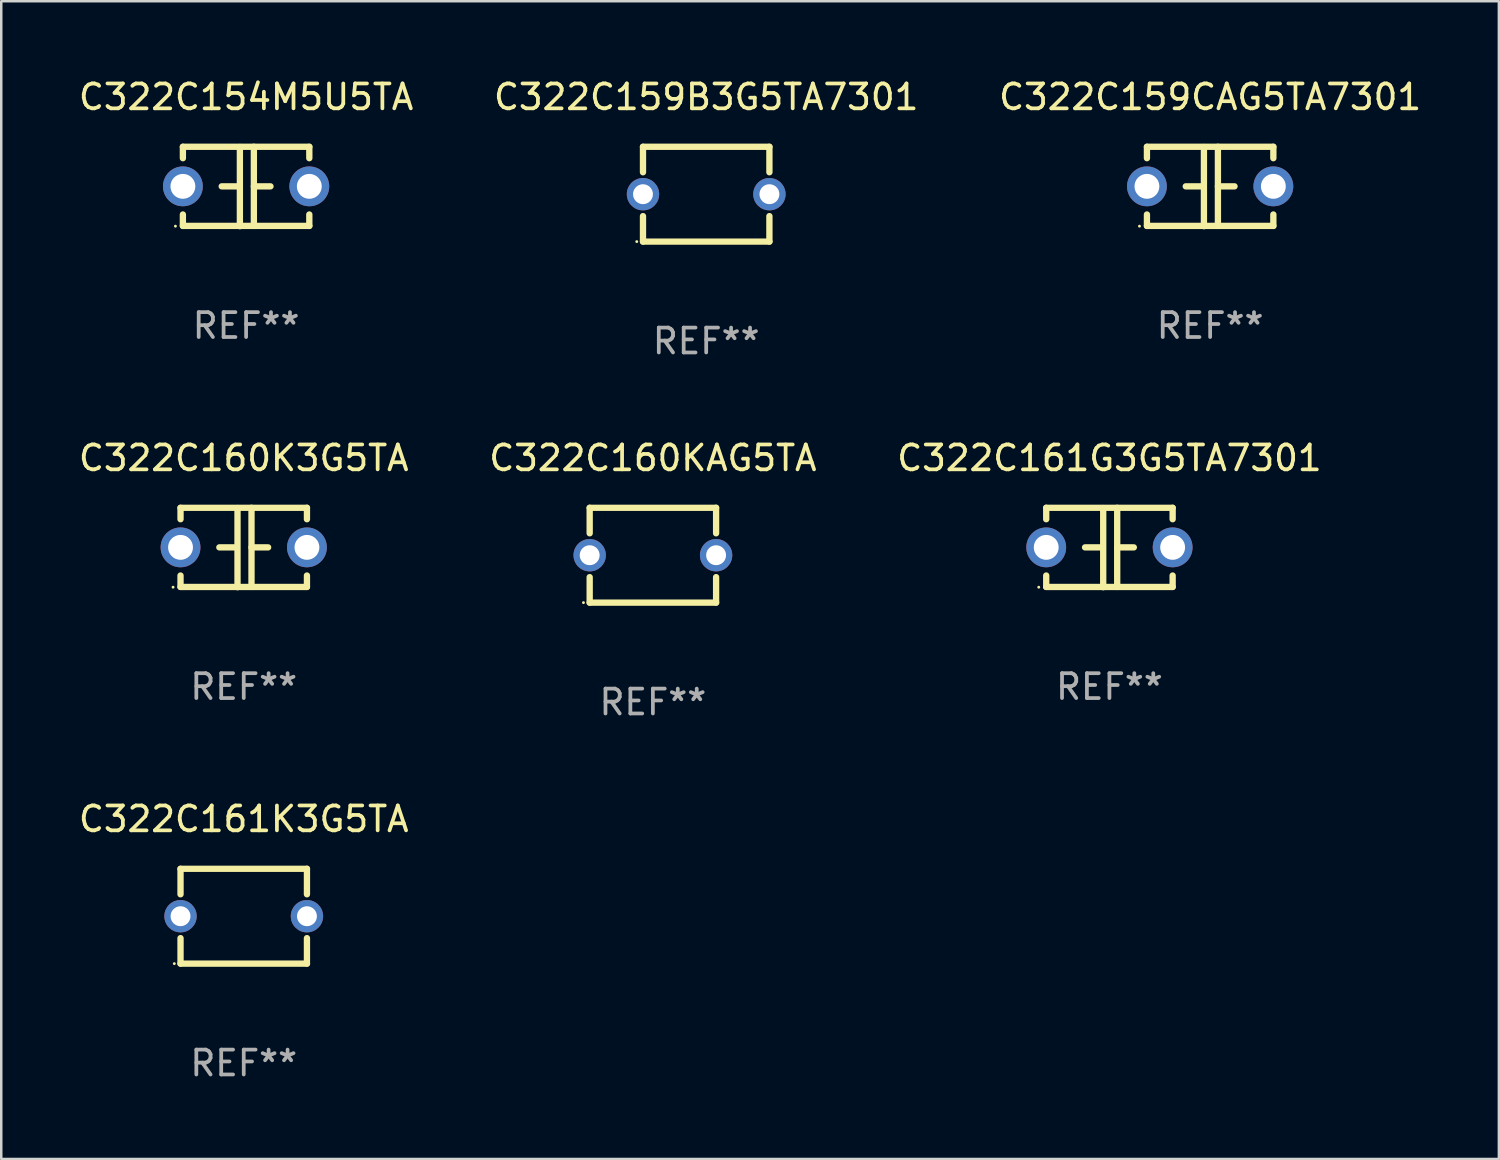
<source format=kicad_pcb>
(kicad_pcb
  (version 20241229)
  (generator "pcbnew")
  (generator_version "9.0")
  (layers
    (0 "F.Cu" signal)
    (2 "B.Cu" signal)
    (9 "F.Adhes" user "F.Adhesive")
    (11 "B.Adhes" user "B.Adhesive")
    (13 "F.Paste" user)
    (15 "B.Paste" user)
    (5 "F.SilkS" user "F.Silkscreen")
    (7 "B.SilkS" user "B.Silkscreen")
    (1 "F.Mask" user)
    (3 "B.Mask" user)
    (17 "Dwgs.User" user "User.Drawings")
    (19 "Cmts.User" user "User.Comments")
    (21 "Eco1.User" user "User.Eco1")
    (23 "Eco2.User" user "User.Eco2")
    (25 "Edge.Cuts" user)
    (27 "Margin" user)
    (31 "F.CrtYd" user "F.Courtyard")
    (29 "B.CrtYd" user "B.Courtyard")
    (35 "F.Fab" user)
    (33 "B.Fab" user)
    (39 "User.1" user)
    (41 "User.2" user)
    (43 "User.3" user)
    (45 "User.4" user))
  (footprint "C322C160K3G5TA"
    (layer "F.Cu")
    (at 6.744 18.95)
    (property "Reference" "C322C160K3G5TA" (at 0 -3.595 0) (layer "F.SilkS") (effects (font (size 1 1) (thickness 0.15))))
    (attr through_hole)
    (fp_line (start -2.54 -1.595) (end -2.54 -1.136) (stroke (width 0.254) (type solid)) (layer "F.SilkS"))
    (fp_line (start -2.54 -1.595) (end 2.54 -1.595) (stroke (width 0.254) (type solid)) (layer "F.SilkS"))
    (fp_line (start -2.54 1.126) (end -2.54 1.585) (stroke (width 0.254) (type solid)) (layer "F.SilkS"))
    (fp_line (start -0.312 -0.005) (end -0.98 -0.005) (stroke (width 0.254) (type solid)) (layer "F.SilkS"))
    (fp_line (start -0.25 -1.585) (end -0.25 1.595) (stroke (width 0.254) (type solid)) (layer "F.SilkS"))
    (fp_line (start 0.312 -1.595) (end 0.312 1.585) (stroke (width 0.254) (type solid)) (layer "F.SilkS"))
    (fp_line (start 0.312 -0.005) (end 0.98 -0.005) (stroke (width 0.254) (type solid)) (layer "F.SilkS"))
    (fp_line (start 2.54 -1.595) (end 2.54 -1.136) (stroke (width 0.254) (type solid)) (layer "F.SilkS"))
    (fp_line (start 2.54 1.126) (end 2.54 1.585) (stroke (width 0.254) (type solid)) (layer "F.SilkS"))
    (fp_line (start 2.54 1.585) (end -2.54 1.585) (stroke (width 0.254) (type solid)) (layer "F.SilkS"))
    (fp_circle (center -2.84 1.595) (end -2.81 1.595) (stroke (width 0.06) (type solid)) (fill no) (layer "F.SilkS"))
    (fp_text user "REF**" (at 0 5.595 0) (layer "F.Fab") (effects (font (size 1 1) (thickness 0.15))))
    (pad "1" thru_hole circle (at -2.54 -0.005) (size 1.6 1.6) (drill 1) (layers "*.Cu" "*.Mask"))
    (pad "2" thru_hole circle (at 2.54 -0.005) (size 1.6 1.6) (drill 1) (layers "*.Cu" "*.Mask")))
  (footprint "C322C161K3G5TA"
    (layer "F.Cu")
    (at 6.744 33.766)
    (property "Reference" "C322C161K3G5TA" (at 0 -3.905 0) (layer "F.SilkS") (effects (font (size 1 1) (thickness 0.15))))
    (attr through_hole)
    (fp_line (start -2.54 -1.905) (end -2.54 -0.881) (stroke (width 0.254) (type solid)) (layer "F.SilkS"))
    (fp_line (start -2.54 0.881) (end -2.54 1.905) (stroke (width 0.254) (type solid)) (layer "F.SilkS"))
    (fp_line (start -2.54 1.905) (end 2.54 1.905) (stroke (width 0.254) (type solid)) (layer "F.SilkS"))
    (fp_line (start 2.54 -1.905) (end -2.54 -1.905) (stroke (width 0.254) (type solid)) (layer "F.SilkS"))
    (fp_line (start 2.54 -0.881) (end 2.54 -1.905) (stroke (width 0.254) (type solid)) (layer "F.SilkS"))
    (fp_line (start 2.54 1.905) (end 2.54 0.881) (stroke (width 0.254) (type solid)) (layer "F.SilkS"))
    (fp_circle (center -2.79 1.905) (end -2.76 1.905) (stroke (width 0.06) (type solid)) (fill no) (layer "F.SilkS"))
    (fp_text user "REF**" (at 0 5.905 0) (layer "F.Fab") (effects (font (size 1 1) (thickness 0.15))))
    (pad "1" thru_hole circle (at -2.54 0) (size 1.3 1.3) (drill 0.8) (layers "*.Cu" "*.Mask"))
    (pad "2" thru_hole circle (at 2.54 0) (size 1.3 1.3) (drill 0.8) (layers "*.Cu" "*.Mask")))
  (footprint "C322C160KAG5TA"
    (layer "F.Cu")
    (at 23.185 19.26)
    (property "Reference" "C322C160KAG5TA" (at 0 -3.905 0) (layer "F.SilkS") (effects (font (size 1 1) (thickness 0.15))))
    (attr through_hole)
    (fp_line (start -2.54 -1.905) (end -2.54 -0.881) (stroke (width 0.254) (type solid)) (layer "F.SilkS"))
    (fp_line (start -2.54 0.881) (end -2.54 1.905) (stroke (width 0.254) (type solid)) (layer "F.SilkS"))
    (fp_line (start -2.54 1.905) (end 2.54 1.905) (stroke (width 0.254) (type solid)) (layer "F.SilkS"))
    (fp_line (start 2.54 -1.905) (end -2.54 -1.905) (stroke (width 0.254) (type solid)) (layer "F.SilkS"))
    (fp_line (start 2.54 -0.881) (end 2.54 -1.905) (stroke (width 0.254) (type solid)) (layer "F.SilkS"))
    (fp_line (start 2.54 1.905) (end 2.54 0.881) (stroke (width 0.254) (type solid)) (layer "F.SilkS"))
    (fp_circle (center -2.79 1.905) (end -2.76 1.905) (stroke (width 0.06) (type solid)) (fill no) (layer "F.SilkS"))
    (fp_text user "REF**" (at 0 5.905 0) (layer "F.Fab") (effects (font (size 1 1) (thickness 0.15))))
    (pad "1" thru_hole circle (at -2.54 0) (size 1.3 1.3) (drill 0.8) (layers "*.Cu" "*.Mask"))
    (pad "2" thru_hole circle (at 2.54 0) (size 1.3 1.3) (drill 0.8) (layers "*.Cu" "*.Mask")))
  (footprint "C322C159B3G5TA7301"
    (layer "F.Cu")
    (at 25.327 4.753)
    (property "Reference" "C322C159B3G5TA7301" (at 0 -3.905 0) (layer "F.SilkS") (effects (font (size 1 1) (thickness 0.15))))
    (attr through_hole)
    (fp_line (start -2.54 -1.905) (end -2.54 -0.881) (stroke (width 0.254) (type solid)) (layer "F.SilkS"))
    (fp_line (start -2.54 0.881) (end -2.54 1.905) (stroke (width 0.254) (type solid)) (layer "F.SilkS"))
    (fp_line (start -2.54 1.905) (end 2.54 1.905) (stroke (width 0.254) (type solid)) (layer "F.SilkS"))
    (fp_line (start 2.54 -1.905) (end -2.54 -1.905) (stroke (width 0.254) (type solid)) (layer "F.SilkS"))
    (fp_line (start 2.54 -0.881) (end 2.54 -1.905) (stroke (width 0.254) (type solid)) (layer "F.SilkS"))
    (fp_line (start 2.54 1.905) (end 2.54 0.881) (stroke (width 0.254) (type solid)) (layer "F.SilkS"))
    (fp_circle (center -2.79 1.905) (end -2.76 1.905) (stroke (width 0.06) (type solid)) (fill no) (layer "F.SilkS"))
    (fp_text user "REF**" (at 0 5.905 0) (layer "F.Fab") (effects (font (size 1 1) (thickness 0.15))))
    (pad "1" thru_hole circle (at -2.54 0) (size 1.3 1.3) (drill 0.8) (layers "*.Cu" "*.Mask"))
    (pad "2" thru_hole circle (at 2.54 0) (size 1.3 1.3) (drill 0.8) (layers "*.Cu" "*.Mask")))
  (footprint "C322C161G3G5TA7301"
    (layer "F.Cu")
    (at 41.53 18.95)
    (property "Reference" "C322C161G3G5TA7301" (at 0 -3.595 0) (layer "F.SilkS") (effects (font (size 1 1) (thickness 0.15))))
    (attr through_hole)
    (fp_line (start -2.54 -1.595) (end -2.54 -1.136) (stroke (width 0.254) (type solid)) (layer "F.SilkS"))
    (fp_line (start -2.54 -1.595) (end 2.54 -1.595) (stroke (width 0.254) (type solid)) (layer "F.SilkS"))
    (fp_line (start -2.54 1.126) (end -2.54 1.585) (stroke (width 0.254) (type solid)) (layer "F.SilkS"))
    (fp_line (start -0.312 -0.005) (end -0.98 -0.005) (stroke (width 0.254) (type solid)) (layer "F.SilkS"))
    (fp_line (start -0.25 -1.585) (end -0.25 1.595) (stroke (width 0.254) (type solid)) (layer "F.SilkS"))
    (fp_line (start 0.312 -1.595) (end 0.312 1.585) (stroke (width 0.254) (type solid)) (layer "F.SilkS"))
    (fp_line (start 0.312 -0.005) (end 0.98 -0.005) (stroke (width 0.254) (type solid)) (layer "F.SilkS"))
    (fp_line (start 2.54 -1.595) (end 2.54 -1.136) (stroke (width 0.254) (type solid)) (layer "F.SilkS"))
    (fp_line (start 2.54 1.126) (end 2.54 1.585) (stroke (width 0.254) (type solid)) (layer "F.SilkS"))
    (fp_line (start 2.54 1.585) (end -2.54 1.585) (stroke (width 0.254) (type solid)) (layer "F.SilkS"))
    (fp_circle (center -2.84 1.595) (end -2.81 1.595) (stroke (width 0.06) (type solid)) (fill no) (layer "F.SilkS"))
    (fp_text user "REF**" (at 0 5.595 0) (layer "F.Fab") (effects (font (size 1 1) (thickness 0.15))))
    (pad "1" thru_hole circle (at -2.54 -0.005) (size 1.6 1.6) (drill 1) (layers "*.Cu" "*.Mask"))
    (pad "2" thru_hole circle (at 2.54 -0.005) (size 1.6 1.6) (drill 1) (layers "*.Cu" "*.Mask")))
  (footprint "C322C159CAG5TA7301"
    (layer "F.Cu")
    (at 45.577 4.443)
    (property "Reference" "C322C159CAG5TA7301" (at 0 -3.595 0) (layer "F.SilkS") (effects (font (size 1 1) (thickness 0.15))))
    (attr through_hole)
    (fp_line (start -2.54 -1.595) (end -2.54 -1.136) (stroke (width 0.254) (type solid)) (layer "F.SilkS"))
    (fp_line (start -2.54 -1.595) (end 2.54 -1.595) (stroke (width 0.254) (type solid)) (layer "F.SilkS"))
    (fp_line (start -2.54 1.126) (end -2.54 1.585) (stroke (width 0.254) (type solid)) (layer "F.SilkS"))
    (fp_line (start -0.312 -0.005) (end -0.98 -0.005) (stroke (width 0.254) (type solid)) (layer "F.SilkS"))
    (fp_line (start -0.25 -1.585) (end -0.25 1.595) (stroke (width 0.254) (type solid)) (layer "F.SilkS"))
    (fp_line (start 0.312 -1.595) (end 0.312 1.585) (stroke (width 0.254) (type solid)) (layer "F.SilkS"))
    (fp_line (start 0.312 -0.005) (end 0.98 -0.005) (stroke (width 0.254) (type solid)) (layer "F.SilkS"))
    (fp_line (start 2.54 -1.595) (end 2.54 -1.136) (stroke (width 0.254) (type solid)) (layer "F.SilkS"))
    (fp_line (start 2.54 1.126) (end 2.54 1.585) (stroke (width 0.254) (type solid)) (layer "F.SilkS"))
    (fp_line (start 2.54 1.585) (end -2.54 1.585) (stroke (width 0.254) (type solid)) (layer "F.SilkS"))
    (fp_circle (center -2.84 1.595) (end -2.81 1.595) (stroke (width 0.06) (type solid)) (fill no) (layer "F.SilkS"))
    (fp_text user "REF**" (at 0 5.595 0) (layer "F.Fab") (effects (font (size 1 1) (thickness 0.15))))
    (pad "1" thru_hole circle (at -2.54 -0.005) (size 1.6 1.6) (drill 1) (layers "*.Cu" "*.Mask"))
    (pad "2" thru_hole circle (at 2.54 -0.005) (size 1.6 1.6) (drill 1) (layers "*.Cu" "*.Mask")))
  (footprint "C322C154M5U5TA"
    (layer "F.Cu")
    (at 6.839 4.443)
    (property "Reference" "C322C154M5U5TA" (at 0 -3.595 0) (layer "F.SilkS") (effects (font (size 1 1) (thickness 0.15))))
    (attr through_hole)
    (fp_line (start -2.54 -1.595) (end -2.54 -1.136) (stroke (width 0.254) (type solid)) (layer "F.SilkS"))
    (fp_line (start -2.54 -1.595) (end 2.54 -1.595) (stroke (width 0.254) (type solid)) (layer "F.SilkS"))
    (fp_line (start -2.54 1.126) (end -2.54 1.585) (stroke (width 0.254) (type solid)) (layer "F.SilkS"))
    (fp_line (start -0.312 -0.005) (end -0.98 -0.005) (stroke (width 0.254) (type solid)) (layer "F.SilkS"))
    (fp_line (start -0.25 -1.585) (end -0.25 1.595) (stroke (width 0.254) (type solid)) (layer "F.SilkS"))
    (fp_line (start 0.312 -1.595) (end 0.312 1.585) (stroke (width 0.254) (type solid)) (layer "F.SilkS"))
    (fp_line (start 0.312 -0.005) (end 0.98 -0.005) (stroke (width 0.254) (type solid)) (layer "F.SilkS"))
    (fp_line (start 2.54 -1.595) (end 2.54 -1.136) (stroke (width 0.254) (type solid)) (layer "F.SilkS"))
    (fp_line (start 2.54 1.126) (end 2.54 1.585) (stroke (width 0.254) (type solid)) (layer "F.SilkS"))
    (fp_line (start 2.54 1.585) (end -2.54 1.585) (stroke (width 0.254) (type solid)) (layer "F.SilkS"))
    (fp_circle (center -2.84 1.595) (end -2.81 1.595) (stroke (width 0.06) (type solid)) (fill no) (layer "F.SilkS"))
    (fp_text user "REF**" (at 0 5.595 0) (layer "F.Fab") (effects (font (size 1 1) (thickness 0.15))))
    (pad "1" thru_hole circle (at -2.54 -0.005) (size 1.6 1.6) (drill 1) (layers "*.Cu" "*.Mask"))
    (pad "2" thru_hole circle (at 2.54 -0.005) (size 1.6 1.6) (drill 1) (layers "*.Cu" "*.Mask")))
  (gr_rect
    (start -3 -3)
    (end 57.179 43.52)
    (stroke (width 0.1) (type default))
    (fill no)
    (layer "Edge.Cuts")))
</source>
